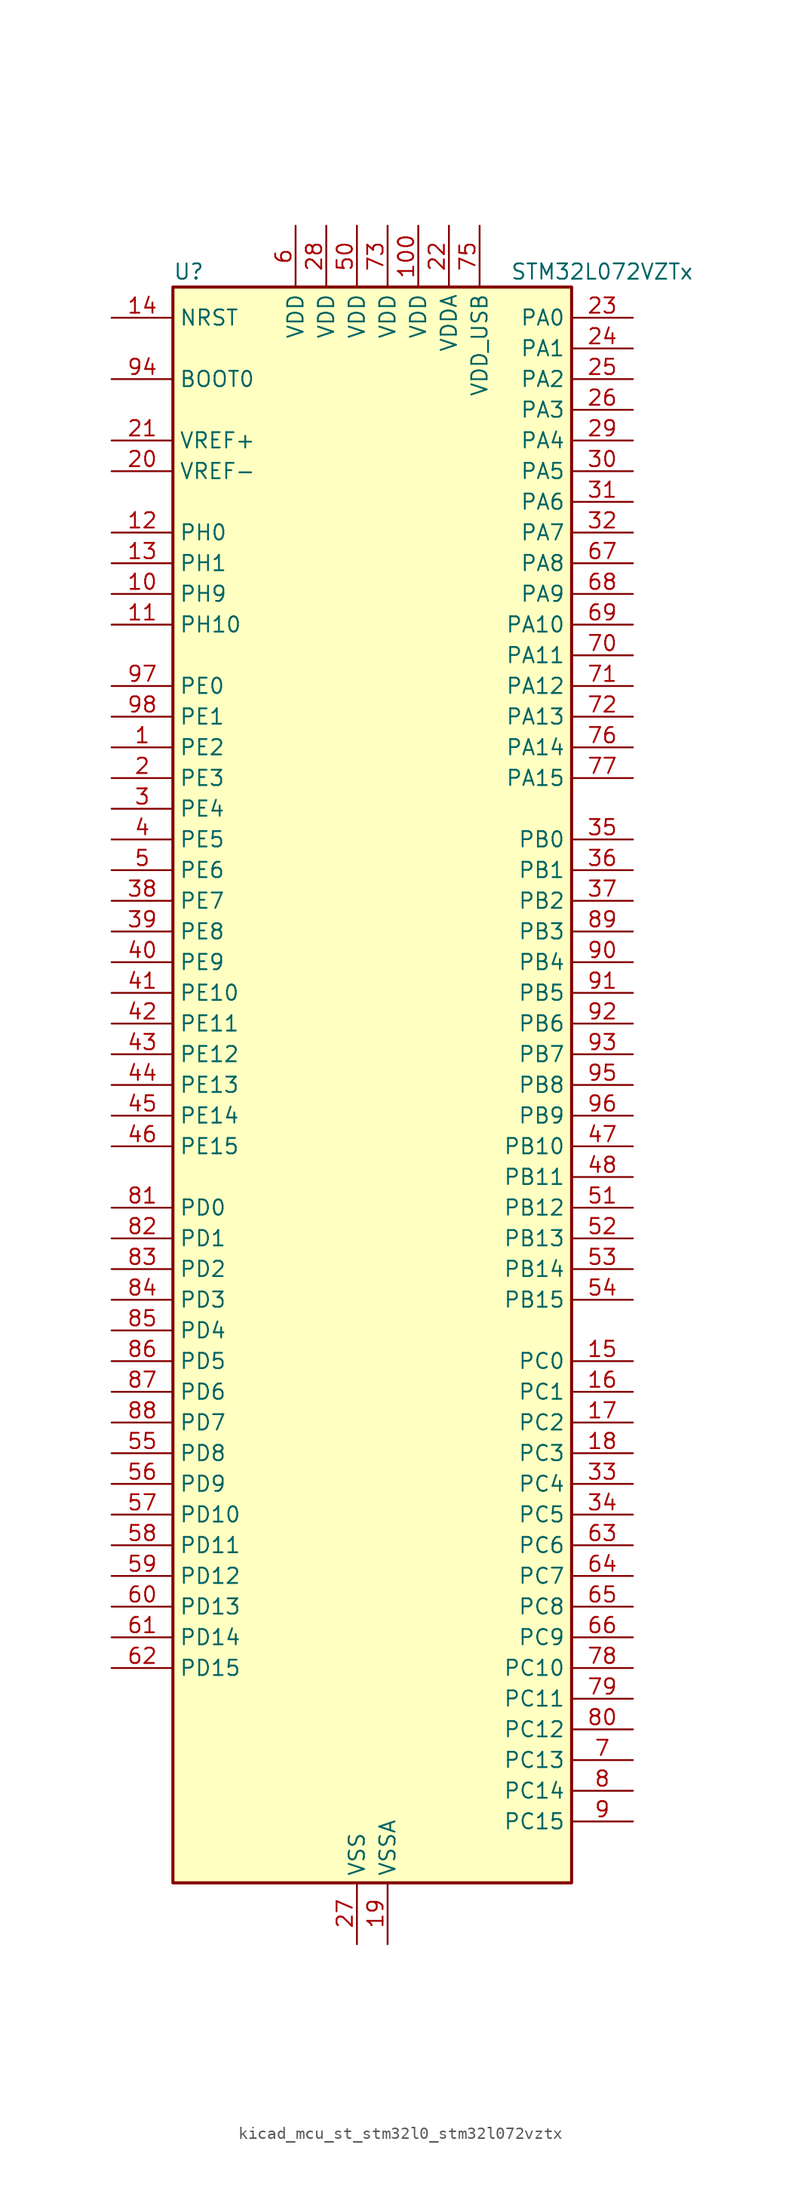
<source format=kicad_sym>
(kicad_symbol_lib
  (version 20220914)
  (generator kicad_symbol_editor)
  (symbol "kicad_mcu_st_stm32l0_stm32l072vztx"
    (property "Reference" "U"
      (at -15.24 67.31 0)
      (effects (font (size 1.27 1.27)) (justify left)))
    (property "Value" "STM32L072VZTx"
      (at 12.7 67.31 0)
      (effects (font (size 1.27 1.27)) (justify left)))
    (property "ki_locked" ""
      (at 0 0 0)
      (effects (font (size 1.27 1.27))))
    (symbol "kicad_mcu_st_stm32l0_stm32l072vztx_0_1"
      (rectangle (start -15.24 -66.04) (end 17.78 66.04) (stroke (width 0.254) (type default)) (fill (type background))))
    (symbol "kicad_mcu_st_stm32l0_stm32l072vztx_1_1"
      (pin bidirectional line (at -20.32 27.94 0) (length 5.08) (name "PE2" (effects (font (size 1.27 1.27)))) (number "1" (effects (font (size 1.27 1.27)))) (alternate "TIM3_ETR" bidirectional line))
      (pin bidirectional line (at -20.32 40.64 0) (length 5.08) (name "PH9" (effects (font (size 1.27 1.27)))) (number "10" (effects (font (size 1.27 1.27)))) (alternate "DAC_EXTI9" bidirectional line))
      (pin power_in line (at 5.08 71.12 270) (length 5.08) (name "VDD" (effects (font (size 1.27 1.27)))) (number "100" (effects (font (size 1.27 1.27)))))
      (pin bidirectional line (at -20.32 38.1 0) (length 5.08) (name "PH10" (effects (font (size 1.27 1.27)))) (number "11" (effects (font (size 1.27 1.27)))))
      (pin bidirectional line (at -20.32 45.72 0) (length 5.08) (name "PH0" (effects (font (size 1.27 1.27)))) (number "12" (effects (font (size 1.27 1.27)))) (alternate "CRS_SYNC" bidirectional line) (alternate "RCC_OSC_IN" bidirectional line))
      (pin bidirectional line (at -20.32 43.18 0) (length 5.08) (name "PH1" (effects (font (size 1.27 1.27)))) (number "13" (effects (font (size 1.27 1.27)))) (alternate "RCC_OSC_OUT" bidirectional line))
      (pin input line (at -20.32 63.5 0) (length 5.08) (name "NRST" (effects (font (size 1.27 1.27)))) (number "14" (effects (font (size 1.27 1.27)))))
      (pin bidirectional line (at 22.86 -22.86 180) (length 5.08) (name "PC0" (effects (font (size 1.27 1.27)))) (number "15" (effects (font (size 1.27 1.27)))) (alternate "ADC_IN10" bidirectional line) (alternate "I2C3_SCL" bidirectional line) (alternate "LPTIM1_IN1" bidirectional line) (alternate "LPUART1_RX" bidirectional line) (alternate "TSC_G7_IO1" bidirectional line))
      (pin bidirectional line (at 22.86 -25.4 180) (length 5.08) (name "PC1" (effects (font (size 1.27 1.27)))) (number "16" (effects (font (size 1.27 1.27)))) (alternate "ADC_IN11" bidirectional line) (alternate "I2C3_SDA" bidirectional line) (alternate "LPTIM1_OUT" bidirectional line) (alternate "LPUART1_TX" bidirectional line) (alternate "TSC_G7_IO2" bidirectional line))
      (pin bidirectional line (at 22.86 -27.94 180) (length 5.08) (name "PC2" (effects (font (size 1.27 1.27)))) (number "17" (effects (font (size 1.27 1.27)))) (alternate "ADC_IN12" bidirectional line) (alternate "I2S2_MCK" bidirectional line) (alternate "LPTIM1_IN2" bidirectional line) (alternate "SPI2_MISO" bidirectional line) (alternate "TSC_G7_IO3" bidirectional line))
      (pin bidirectional line (at 22.86 -30.48 180) (length 5.08) (name "PC3" (effects (font (size 1.27 1.27)))) (number "18" (effects (font (size 1.27 1.27)))) (alternate "ADC_IN13" bidirectional line) (alternate "I2S2_SD" bidirectional line) (alternate "LPTIM1_ETR" bidirectional line) (alternate "SPI2_MOSI" bidirectional line) (alternate "TSC_G7_IO4" bidirectional line))
      (pin power_in line (at 2.54 -71.12 90) (length 5.08) (name "VSSA" (effects (font (size 1.27 1.27)))) (number "19" (effects (font (size 1.27 1.27)))))
      (pin bidirectional line (at -20.32 25.4 0) (length 5.08) (name "PE3" (effects (font (size 1.27 1.27)))) (number "2" (effects (font (size 1.27 1.27)))) (alternate "TIM22_CH1" bidirectional line) (alternate "TIM3_CH1" bidirectional line))
      (pin input line (at -20.32 50.8 0) (length 5.08) (name "VREF-" (effects (font (size 1.27 1.27)))) (number "20" (effects (font (size 1.27 1.27)))))
      (pin input line (at -20.32 53.34 0) (length 5.08) (name "VREF+" (effects (font (size 1.27 1.27)))) (number "21" (effects (font (size 1.27 1.27)))))
      (pin power_in line (at 7.62 71.12 270) (length 5.08) (name "VDDA" (effects (font (size 1.27 1.27)))) (number "22" (effects (font (size 1.27 1.27)))))
      (pin bidirectional line (at 22.86 63.5 180) (length 5.08) (name "PA0" (effects (font (size 1.27 1.27)))) (number "23" (effects (font (size 1.27 1.27)))) (alternate "ADC_IN0" bidirectional line) (alternate "COMP1_INM" bidirectional line) (alternate "COMP1_OUT" bidirectional line) (alternate "RTC_TAMP2" bidirectional line) (alternate "SYS_WKUP1" bidirectional line) (alternate "TIM2_CH1" bidirectional line) (alternate "TIM2_ETR" bidirectional line) (alternate "TSC_G1_IO1" bidirectional line) (alternate "USART2_CTS" bidirectional line) (alternate "USART4_TX" bidirectional line))
      (pin bidirectional line (at 22.86 60.96 180) (length 5.08) (name "PA1" (effects (font (size 1.27 1.27)))) (number "24" (effects (font (size 1.27 1.27)))) (alternate "ADC_IN1" bidirectional line) (alternate "COMP1_INP" bidirectional line) (alternate "TIM21_ETR" bidirectional line) (alternate "TIM2_CH2" bidirectional line) (alternate "TSC_G1_IO2" bidirectional line) (alternate "USART2_DE" bidirectional line) (alternate "USART2_RTS" bidirectional line) (alternate "USART4_RX" bidirectional line))
      (pin bidirectional line (at 22.86 58.42 180) (length 5.08) (name "PA2" (effects (font (size 1.27 1.27)))) (number "25" (effects (font (size 1.27 1.27)))) (alternate "ADC_IN2" bidirectional line) (alternate "COMP2_INM" bidirectional line) (alternate "COMP2_OUT" bidirectional line) (alternate "LPUART1_TX" bidirectional line) (alternate "TIM21_CH1" bidirectional line) (alternate "TIM2_CH3" bidirectional line) (alternate "TSC_G1_IO3" bidirectional line) (alternate "USART2_TX" bidirectional line))
      (pin bidirectional line (at 22.86 55.88 180) (length 5.08) (name "PA3" (effects (font (size 1.27 1.27)))) (number "26" (effects (font (size 1.27 1.27)))) (alternate "ADC_IN3" bidirectional line) (alternate "COMP2_INP" bidirectional line) (alternate "LPUART1_RX" bidirectional line) (alternate "TIM21_CH2" bidirectional line) (alternate "TIM2_CH4" bidirectional line) (alternate "TSC_G1_IO4" bidirectional line) (alternate "USART2_RX" bidirectional line))
      (pin power_in line (at 0 -71.12 90) (length 5.08) (name "VSS" (effects (font (size 1.27 1.27)))) (number "27" (effects (font (size 1.27 1.27)))))
      (pin power_in line (at -2.54 71.12 270) (length 5.08) (name "VDD" (effects (font (size 1.27 1.27)))) (number "28" (effects (font (size 1.27 1.27)))))
      (pin bidirectional line (at 22.86 53.34 180) (length 5.08) (name "PA4" (effects (font (size 1.27 1.27)))) (number "29" (effects (font (size 1.27 1.27)))) (alternate "ADC_IN4" bidirectional line) (alternate "COMP1_INM" bidirectional line) (alternate "COMP2_INM" bidirectional line) (alternate "DAC_OUT1" bidirectional line) (alternate "SPI1_NSS" bidirectional line) (alternate "TIM22_ETR" bidirectional line) (alternate "TSC_G2_IO1" bidirectional line) (alternate "USART2_CK" bidirectional line))
      (pin bidirectional line (at -20.32 22.86 0) (length 5.08) (name "PE4" (effects (font (size 1.27 1.27)))) (number "3" (effects (font (size 1.27 1.27)))) (alternate "TIM22_CH2" bidirectional line) (alternate "TIM3_CH2" bidirectional line))
      (pin bidirectional line (at 22.86 50.8 180) (length 5.08) (name "PA5" (effects (font (size 1.27 1.27)))) (number "30" (effects (font (size 1.27 1.27)))) (alternate "ADC_IN5" bidirectional line) (alternate "COMP1_INM" bidirectional line) (alternate "COMP2_INM" bidirectional line) (alternate "DAC_OUT2" bidirectional line) (alternate "SPI1_SCK" bidirectional line) (alternate "TIM2_CH1" bidirectional line) (alternate "TIM2_ETR" bidirectional line) (alternate "TSC_G2_IO2" bidirectional line))
      (pin bidirectional line (at 22.86 48.26 180) (length 5.08) (name "PA6" (effects (font (size 1.27 1.27)))) (number "31" (effects (font (size 1.27 1.27)))) (alternate "ADC_IN6" bidirectional line) (alternate "COMP1_OUT" bidirectional line) (alternate "LPUART1_CTS" bidirectional line) (alternate "SPI1_MISO" bidirectional line) (alternate "TIM22_CH1" bidirectional line) (alternate "TIM3_CH1" bidirectional line) (alternate "TSC_G2_IO3" bidirectional line))
      (pin bidirectional line (at 22.86 45.72 180) (length 5.08) (name "PA7" (effects (font (size 1.27 1.27)))) (number "32" (effects (font (size 1.27 1.27)))) (alternate "ADC_IN7" bidirectional line) (alternate "COMP2_OUT" bidirectional line) (alternate "SPI1_MOSI" bidirectional line) (alternate "TIM22_CH2" bidirectional line) (alternate "TIM3_CH2" bidirectional line) (alternate "TSC_G2_IO4" bidirectional line))
      (pin bidirectional line (at 22.86 -33.02 180) (length 5.08) (name "PC4" (effects (font (size 1.27 1.27)))) (number "33" (effects (font (size 1.27 1.27)))) (alternate "ADC_IN14" bidirectional line) (alternate "LPUART1_TX" bidirectional line))
      (pin bidirectional line (at 22.86 -35.56 180) (length 5.08) (name "PC5" (effects (font (size 1.27 1.27)))) (number "34" (effects (font (size 1.27 1.27)))) (alternate "ADC_IN15" bidirectional line) (alternate "LPUART1_RX" bidirectional line) (alternate "TSC_G3_IO1" bidirectional line))
      (pin bidirectional line (at 22.86 20.32 180) (length 5.08) (name "PB0" (effects (font (size 1.27 1.27)))) (number "35" (effects (font (size 1.27 1.27)))) (alternate "ADC_IN8" bidirectional line) (alternate "SYS_VREF_OUT_PB0" bidirectional line) (alternate "TIM3_CH3" bidirectional line) (alternate "TSC_G3_IO2" bidirectional line))
      (pin bidirectional line (at 22.86 17.78 180) (length 5.08) (name "PB1" (effects (font (size 1.27 1.27)))) (number "36" (effects (font (size 1.27 1.27)))) (alternate "ADC_IN9" bidirectional line) (alternate "LPUART1_DE" bidirectional line) (alternate "LPUART1_RTS" bidirectional line) (alternate "SYS_VREF_OUT_PB1" bidirectional line) (alternate "TIM3_CH4" bidirectional line) (alternate "TSC_G3_IO3" bidirectional line))
      (pin bidirectional line (at 22.86 15.24 180) (length 5.08) (name "PB2" (effects (font (size 1.27 1.27)))) (number "37" (effects (font (size 1.27 1.27)))) (alternate "I2C3_SMBA" bidirectional line) (alternate "LPTIM1_OUT" bidirectional line) (alternate "TSC_G3_IO4" bidirectional line))
      (pin bidirectional line (at -20.32 15.24 0) (length 5.08) (name "PE7" (effects (font (size 1.27 1.27)))) (number "38" (effects (font (size 1.27 1.27)))) (alternate "USART5_CK" bidirectional line) (alternate "USART5_DE" bidirectional line) (alternate "USART5_RTS" bidirectional line))
      (pin bidirectional line (at -20.32 12.7 0) (length 5.08) (name "PE8" (effects (font (size 1.27 1.27)))) (number "39" (effects (font (size 1.27 1.27)))) (alternate "USART4_TX" bidirectional line))
      (pin bidirectional line (at -20.32 20.32 0) (length 5.08) (name "PE5" (effects (font (size 1.27 1.27)))) (number "4" (effects (font (size 1.27 1.27)))) (alternate "TIM21_CH1" bidirectional line) (alternate "TIM3_CH3" bidirectional line))
      (pin bidirectional line (at -20.32 10.16 0) (length 5.08) (name "PE9" (effects (font (size 1.27 1.27)))) (number "40" (effects (font (size 1.27 1.27)))) (alternate "DAC_EXTI9" bidirectional line) (alternate "TIM2_CH1" bidirectional line) (alternate "TIM2_ETR" bidirectional line) (alternate "USART4_RX" bidirectional line))
      (pin bidirectional line (at -20.32 7.62 0) (length 5.08) (name "PE10" (effects (font (size 1.27 1.27)))) (number "41" (effects (font (size 1.27 1.27)))) (alternate "TIM2_CH2" bidirectional line) (alternate "USART5_TX" bidirectional line))
      (pin bidirectional line (at -20.32 5.08 0) (length 5.08) (name "PE11" (effects (font (size 1.27 1.27)))) (number "42" (effects (font (size 1.27 1.27)))) (alternate "ADC_EXTI11" bidirectional line) (alternate "TIM2_CH3" bidirectional line) (alternate "USART5_RX" bidirectional line))
      (pin bidirectional line (at -20.32 2.54 0) (length 5.08) (name "PE12" (effects (font (size 1.27 1.27)))) (number "43" (effects (font (size 1.27 1.27)))) (alternate "SPI1_NSS" bidirectional line) (alternate "TIM2_CH4" bidirectional line))
      (pin bidirectional line (at -20.32 0 0) (length 5.08) (name "PE13" (effects (font (size 1.27 1.27)))) (number "44" (effects (font (size 1.27 1.27)))) (alternate "SPI1_SCK" bidirectional line))
      (pin bidirectional line (at -20.32 -2.54 0) (length 5.08) (name "PE14" (effects (font (size 1.27 1.27)))) (number "45" (effects (font (size 1.27 1.27)))) (alternate "SPI1_MISO" bidirectional line))
      (pin bidirectional line (at -20.32 -5.08 0) (length 5.08) (name "PE15" (effects (font (size 1.27 1.27)))) (number "46" (effects (font (size 1.27 1.27)))) (alternate "SPI1_MOSI" bidirectional line))
      (pin bidirectional line (at 22.86 -5.08 180) (length 5.08) (name "PB10" (effects (font (size 1.27 1.27)))) (number "47" (effects (font (size 1.27 1.27)))) (alternate "I2C2_SCL" bidirectional line) (alternate "LPUART1_RX" bidirectional line) (alternate "LPUART1_TX" bidirectional line) (alternate "SPI2_SCK" bidirectional line) (alternate "TIM2_CH3" bidirectional line) (alternate "TSC_SYNC" bidirectional line))
      (pin bidirectional line (at 22.86 -7.62 180) (length 5.08) (name "PB11" (effects (font (size 1.27 1.27)))) (number "48" (effects (font (size 1.27 1.27)))) (alternate "ADC_EXTI11" bidirectional line) (alternate "I2C2_SDA" bidirectional line) (alternate "LPUART1_RX" bidirectional line) (alternate "LPUART1_TX" bidirectional line) (alternate "TIM2_CH4" bidirectional line) (alternate "TSC_G6_IO1" bidirectional line))
      (pin passive line (at 0 -71.12 90) (length 5.08) hide (name "VSS" (effects (font (size 1.27 1.27)))) (number "49" (effects (font (size 1.27 1.27)))))
      (pin bidirectional line (at -20.32 17.78 0) (length 5.08) (name "PE6" (effects (font (size 1.27 1.27)))) (number "5" (effects (font (size 1.27 1.27)))) (alternate "RTC_TAMP3" bidirectional line) (alternate "SYS_WKUP3" bidirectional line) (alternate "TIM21_CH2" bidirectional line) (alternate "TIM3_CH4" bidirectional line))
      (pin power_in line (at 0 71.12 270) (length 5.08) (name "VDD" (effects (font (size 1.27 1.27)))) (number "50" (effects (font (size 1.27 1.27)))))
      (pin bidirectional line (at 22.86 -10.16 180) (length 5.08) (name "PB12" (effects (font (size 1.27 1.27)))) (number "51" (effects (font (size 1.27 1.27)))) (alternate "I2S2_WS" bidirectional line) (alternate "LPUART1_DE" bidirectional line) (alternate "LPUART1_RTS" bidirectional line) (alternate "SPI2_NSS" bidirectional line) (alternate "TSC_G6_IO2" bidirectional line))
      (pin bidirectional line (at 22.86 -12.7 180) (length 5.08) (name "PB13" (effects (font (size 1.27 1.27)))) (number "52" (effects (font (size 1.27 1.27)))) (alternate "I2C2_SCL" bidirectional line) (alternate "I2S2_CK" bidirectional line) (alternate "LPUART1_CTS" bidirectional line) (alternate "RCC_MCO" bidirectional line) (alternate "SPI2_SCK" bidirectional line) (alternate "TIM21_CH1" bidirectional line) (alternate "TSC_G6_IO3" bidirectional line))
      (pin bidirectional line (at 22.86 -15.24 180) (length 5.08) (name "PB14" (effects (font (size 1.27 1.27)))) (number "53" (effects (font (size 1.27 1.27)))) (alternate "I2C2_SDA" bidirectional line) (alternate "I2S2_MCK" bidirectional line) (alternate "LPUART1_DE" bidirectional line) (alternate "LPUART1_RTS" bidirectional line) (alternate "RTC_OUT_ALARM" bidirectional line) (alternate "RTC_OUT_CALIB" bidirectional line) (alternate "SPI2_MISO" bidirectional line) (alternate "TIM21_CH2" bidirectional line) (alternate "TSC_G6_IO4" bidirectional line))
      (pin bidirectional line (at 22.86 -17.78 180) (length 5.08) (name "PB15" (effects (font (size 1.27 1.27)))) (number "54" (effects (font (size 1.27 1.27)))) (alternate "I2S2_SD" bidirectional line) (alternate "RTC_REFIN" bidirectional line) (alternate "SPI2_MOSI" bidirectional line))
      (pin bidirectional line (at -20.32 -30.48 0) (length 5.08) (name "PD8" (effects (font (size 1.27 1.27)))) (number "55" (effects (font (size 1.27 1.27)))) (alternate "LPUART1_TX" bidirectional line))
      (pin bidirectional line (at -20.32 -33.02 0) (length 5.08) (name "PD9" (effects (font (size 1.27 1.27)))) (number "56" (effects (font (size 1.27 1.27)))) (alternate "DAC_EXTI9" bidirectional line) (alternate "LPUART1_RX" bidirectional line))
      (pin bidirectional line (at -20.32 -35.56 0) (length 5.08) (name "PD10" (effects (font (size 1.27 1.27)))) (number "57" (effects (font (size 1.27 1.27)))))
      (pin bidirectional line (at -20.32 -38.1 0) (length 5.08) (name "PD11" (effects (font (size 1.27 1.27)))) (number "58" (effects (font (size 1.27 1.27)))) (alternate "ADC_EXTI11" bidirectional line) (alternate "LPUART1_CTS" bidirectional line))
      (pin bidirectional line (at -20.32 -40.64 0) (length 5.08) (name "PD12" (effects (font (size 1.27 1.27)))) (number "59" (effects (font (size 1.27 1.27)))) (alternate "LPUART1_DE" bidirectional line) (alternate "LPUART1_RTS" bidirectional line))
      (pin power_in line (at -5.08 71.12 270) (length 5.08) (name "VDD" (effects (font (size 1.27 1.27)))) (number "6" (effects (font (size 1.27 1.27)))))
      (pin bidirectional line (at -20.32 -43.18 0) (length 5.08) (name "PD13" (effects (font (size 1.27 1.27)))) (number "60" (effects (font (size 1.27 1.27)))))
      (pin bidirectional line (at -20.32 -45.72 0) (length 5.08) (name "PD14" (effects (font (size 1.27 1.27)))) (number "61" (effects (font (size 1.27 1.27)))))
      (pin bidirectional line (at -20.32 -48.26 0) (length 5.08) (name "PD15" (effects (font (size 1.27 1.27)))) (number "62" (effects (font (size 1.27 1.27)))) (alternate "CRS_SYNC" bidirectional line))
      (pin bidirectional line (at 22.86 -38.1 180) (length 5.08) (name "PC6" (effects (font (size 1.27 1.27)))) (number "63" (effects (font (size 1.27 1.27)))) (alternate "TIM22_CH1" bidirectional line) (alternate "TIM3_CH1" bidirectional line) (alternate "TSC_G8_IO1" bidirectional line))
      (pin bidirectional line (at 22.86 -40.64 180) (length 5.08) (name "PC7" (effects (font (size 1.27 1.27)))) (number "64" (effects (font (size 1.27 1.27)))) (alternate "TIM22_CH2" bidirectional line) (alternate "TIM3_CH2" bidirectional line) (alternate "TSC_G8_IO2" bidirectional line))
      (pin bidirectional line (at 22.86 -43.18 180) (length 5.08) (name "PC8" (effects (font (size 1.27 1.27)))) (number "65" (effects (font (size 1.27 1.27)))) (alternate "TIM22_ETR" bidirectional line) (alternate "TIM3_CH3" bidirectional line) (alternate "TSC_G8_IO3" bidirectional line))
      (pin bidirectional line (at 22.86 -45.72 180) (length 5.08) (name "PC9" (effects (font (size 1.27 1.27)))) (number "66" (effects (font (size 1.27 1.27)))) (alternate "DAC_EXTI9" bidirectional line) (alternate "I2C3_SDA" bidirectional line) (alternate "TIM21_ETR" bidirectional line) (alternate "TIM3_CH4" bidirectional line) (alternate "TSC_G8_IO4" bidirectional line) (alternate "USB_NOE" bidirectional line))
      (pin bidirectional line (at 22.86 43.18 180) (length 5.08) (name "PA8" (effects (font (size 1.27 1.27)))) (number "67" (effects (font (size 1.27 1.27)))) (alternate "CRS_SYNC" bidirectional line) (alternate "I2C3_SCL" bidirectional line) (alternate "RCC_MCO" bidirectional line) (alternate "USART1_CK" bidirectional line))
      (pin bidirectional line (at 22.86 40.64 180) (length 5.08) (name "PA9" (effects (font (size 1.27 1.27)))) (number "68" (effects (font (size 1.27 1.27)))) (alternate "DAC_EXTI9" bidirectional line) (alternate "I2C1_SCL" bidirectional line) (alternate "I2C3_SMBA" bidirectional line) (alternate "RCC_MCO" bidirectional line) (alternate "TSC_G4_IO1" bidirectional line) (alternate "USART1_TX" bidirectional line))
      (pin bidirectional line (at 22.86 38.1 180) (length 5.08) (name "PA10" (effects (font (size 1.27 1.27)))) (number "69" (effects (font (size 1.27 1.27)))) (alternate "I2C1_SDA" bidirectional line) (alternate "TSC_G4_IO2" bidirectional line) (alternate "USART1_RX" bidirectional line))
      (pin bidirectional line (at 22.86 -55.88 180) (length 5.08) (name "PC13" (effects (font (size 1.27 1.27)))) (number "7" (effects (font (size 1.27 1.27)))) (alternate "RTC_OUT_ALARM" bidirectional line) (alternate "RTC_OUT_CALIB" bidirectional line) (alternate "RTC_TAMP1" bidirectional line) (alternate "RTC_TS" bidirectional line) (alternate "SYS_WKUP2" bidirectional line))
      (pin bidirectional line (at 22.86 35.56 180) (length 5.08) (name "PA11" (effects (font (size 1.27 1.27)))) (number "70" (effects (font (size 1.27 1.27)))) (alternate "ADC_EXTI11" bidirectional line) (alternate "COMP1_OUT" bidirectional line) (alternate "SPI1_MISO" bidirectional line) (alternate "TSC_G4_IO3" bidirectional line) (alternate "USART1_CTS" bidirectional line) (alternate "USB_DM" bidirectional line))
      (pin bidirectional line (at 22.86 33.02 180) (length 5.08) (name "PA12" (effects (font (size 1.27 1.27)))) (number "71" (effects (font (size 1.27 1.27)))) (alternate "COMP2_OUT" bidirectional line) (alternate "SPI1_MOSI" bidirectional line) (alternate "TSC_G4_IO4" bidirectional line) (alternate "USART1_DE" bidirectional line) (alternate "USART1_RTS" bidirectional line) (alternate "USB_DP" bidirectional line))
      (pin bidirectional line (at 22.86 30.48 180) (length 5.08) (name "PA13" (effects (font (size 1.27 1.27)))) (number "72" (effects (font (size 1.27 1.27)))) (alternate "LPUART1_RX" bidirectional line) (alternate "SYS_SWDIO" bidirectional line) (alternate "USB_NOE" bidirectional line))
      (pin power_in line (at 2.54 71.12 270) (length 5.08) (name "VDD" (effects (font (size 1.27 1.27)))) (number "73" (effects (font (size 1.27 1.27)))))
      (pin passive line (at 0 -71.12 90) (length 5.08) hide (name "VSS" (effects (font (size 1.27 1.27)))) (number "74" (effects (font (size 1.27 1.27)))))
      (pin power_in line (at 10.16 71.12 270) (length 5.08) (name "VDD_USB" (effects (font (size 1.27 1.27)))) (number "75" (effects (font (size 1.27 1.27)))))
      (pin bidirectional line (at 22.86 27.94 180) (length 5.08) (name "PA14" (effects (font (size 1.27 1.27)))) (number "76" (effects (font (size 1.27 1.27)))) (alternate "LPUART1_TX" bidirectional line) (alternate "SYS_SWCLK" bidirectional line) (alternate "USART2_TX" bidirectional line))
      (pin bidirectional line (at 22.86 25.4 180) (length 5.08) (name "PA15" (effects (font (size 1.27 1.27)))) (number "77" (effects (font (size 1.27 1.27)))) (alternate "SPI1_NSS" bidirectional line) (alternate "TIM2_CH1" bidirectional line) (alternate "TIM2_ETR" bidirectional line) (alternate "USART2_RX" bidirectional line) (alternate "USART4_DE" bidirectional line) (alternate "USART4_RTS" bidirectional line))
      (pin bidirectional line (at 22.86 -48.26 180) (length 5.08) (name "PC10" (effects (font (size 1.27 1.27)))) (number "78" (effects (font (size 1.27 1.27)))) (alternate "LPUART1_TX" bidirectional line) (alternate "USART4_TX" bidirectional line))
      (pin bidirectional line (at 22.86 -50.8 180) (length 5.08) (name "PC11" (effects (font (size 1.27 1.27)))) (number "79" (effects (font (size 1.27 1.27)))) (alternate "ADC_EXTI11" bidirectional line) (alternate "LPUART1_RX" bidirectional line) (alternate "USART4_RX" bidirectional line))
      (pin bidirectional line (at 22.86 -58.42 180) (length 5.08) (name "PC14" (effects (font (size 1.27 1.27)))) (number "8" (effects (font (size 1.27 1.27)))) (alternate "RCC_OSC32_IN" bidirectional line))
      (pin bidirectional line (at 22.86 -53.34 180) (length 5.08) (name "PC12" (effects (font (size 1.27 1.27)))) (number "80" (effects (font (size 1.27 1.27)))) (alternate "USART4_CK" bidirectional line) (alternate "USART5_TX" bidirectional line))
      (pin bidirectional line (at -20.32 -10.16 0) (length 5.08) (name "PD0" (effects (font (size 1.27 1.27)))) (number "81" (effects (font (size 1.27 1.27)))) (alternate "I2S2_WS" bidirectional line) (alternate "SPI2_NSS" bidirectional line) (alternate "TIM21_CH1" bidirectional line))
      (pin bidirectional line (at -20.32 -12.7 0) (length 5.08) (name "PD1" (effects (font (size 1.27 1.27)))) (number "82" (effects (font (size 1.27 1.27)))) (alternate "I2S2_CK" bidirectional line) (alternate "SPI2_SCK" bidirectional line))
      (pin bidirectional line (at -20.32 -15.24 0) (length 5.08) (name "PD2" (effects (font (size 1.27 1.27)))) (number "83" (effects (font (size 1.27 1.27)))) (alternate "LPUART1_DE" bidirectional line) (alternate "LPUART1_RTS" bidirectional line) (alternate "TIM3_ETR" bidirectional line) (alternate "USART5_RX" bidirectional line))
      (pin bidirectional line (at -20.32 -17.78 0) (length 5.08) (name "PD3" (effects (font (size 1.27 1.27)))) (number "84" (effects (font (size 1.27 1.27)))) (alternate "I2S2_MCK" bidirectional line) (alternate "SPI2_MISO" bidirectional line) (alternate "USART2_CTS" bidirectional line))
      (pin bidirectional line (at -20.32 -20.32 0) (length 5.08) (name "PD4" (effects (font (size 1.27 1.27)))) (number "85" (effects (font (size 1.27 1.27)))) (alternate "I2S2_SD" bidirectional line) (alternate "SPI2_MOSI" bidirectional line) (alternate "USART2_DE" bidirectional line) (alternate "USART2_RTS" bidirectional line))
      (pin bidirectional line (at -20.32 -22.86 0) (length 5.08) (name "PD5" (effects (font (size 1.27 1.27)))) (number "86" (effects (font (size 1.27 1.27)))) (alternate "USART2_TX" bidirectional line))
      (pin bidirectional line (at -20.32 -25.4 0) (length 5.08) (name "PD6" (effects (font (size 1.27 1.27)))) (number "87" (effects (font (size 1.27 1.27)))) (alternate "USART2_RX" bidirectional line))
      (pin bidirectional line (at -20.32 -27.94 0) (length 5.08) (name "PD7" (effects (font (size 1.27 1.27)))) (number "88" (effects (font (size 1.27 1.27)))) (alternate "TIM21_CH2" bidirectional line) (alternate "USART2_CK" bidirectional line))
      (pin bidirectional line (at 22.86 12.7 180) (length 5.08) (name "PB3" (effects (font (size 1.27 1.27)))) (number "89" (effects (font (size 1.27 1.27)))) (alternate "COMP2_INM" bidirectional line) (alternate "SPI1_SCK" bidirectional line) (alternate "TIM2_CH2" bidirectional line) (alternate "TSC_G5_IO1" bidirectional line) (alternate "USART1_DE" bidirectional line) (alternate "USART1_RTS" bidirectional line) (alternate "USART5_TX" bidirectional line))
      (pin bidirectional line (at 22.86 -60.96 180) (length 5.08) (name "PC15" (effects (font (size 1.27 1.27)))) (number "9" (effects (font (size 1.27 1.27)))) (alternate "RCC_OSC32_OUT" bidirectional line))
      (pin bidirectional line (at 22.86 10.16 180) (length 5.08) (name "PB4" (effects (font (size 1.27 1.27)))) (number "90" (effects (font (size 1.27 1.27)))) (alternate "COMP2_INP" bidirectional line) (alternate "I2C3_SDA" bidirectional line) (alternate "SPI1_MISO" bidirectional line) (alternate "TIM22_CH1" bidirectional line) (alternate "TIM3_CH1" bidirectional line) (alternate "TSC_G5_IO2" bidirectional line) (alternate "USART1_CTS" bidirectional line) (alternate "USART5_RX" bidirectional line))
      (pin bidirectional line (at 22.86 7.62 180) (length 5.08) (name "PB5" (effects (font (size 1.27 1.27)))) (number "91" (effects (font (size 1.27 1.27)))) (alternate "COMP2_INP" bidirectional line) (alternate "I2C1_SMBA" bidirectional line) (alternate "LPTIM1_IN1" bidirectional line) (alternate "SPI1_MOSI" bidirectional line) (alternate "TIM22_CH2" bidirectional line) (alternate "TIM3_CH2" bidirectional line) (alternate "USART1_CK" bidirectional line) (alternate "USART5_CK" bidirectional line) (alternate "USART5_DE" bidirectional line) (alternate "USART5_RTS" bidirectional line))
      (pin bidirectional line (at 22.86 5.08 180) (length 5.08) (name "PB6" (effects (font (size 1.27 1.27)))) (number "92" (effects (font (size 1.27 1.27)))) (alternate "COMP2_INP" bidirectional line) (alternate "I2C1_SCL" bidirectional line) (alternate "LPTIM1_ETR" bidirectional line) (alternate "TSC_G5_IO3" bidirectional line) (alternate "USART1_TX" bidirectional line))
      (pin bidirectional line (at 22.86 2.54 180) (length 5.08) (name "PB7" (effects (font (size 1.27 1.27)))) (number "93" (effects (font (size 1.27 1.27)))) (alternate "COMP2_INP" bidirectional line) (alternate "I2C1_SDA" bidirectional line) (alternate "LPTIM1_IN2" bidirectional line) (alternate "SYS_PVD_IN" bidirectional line) (alternate "TSC_G5_IO4" bidirectional line) (alternate "USART1_RX" bidirectional line) (alternate "USART4_CTS" bidirectional line))
      (pin input line (at -20.32 58.42 0) (length 5.08) (name "BOOT0" (effects (font (size 1.27 1.27)))) (number "94" (effects (font (size 1.27 1.27)))))
      (pin bidirectional line (at 22.86 0 180) (length 5.08) (name "PB8" (effects (font (size 1.27 1.27)))) (number "95" (effects (font (size 1.27 1.27)))) (alternate "I2C1_SCL" bidirectional line) (alternate "TSC_SYNC" bidirectional line))
      (pin bidirectional line (at 22.86 -2.54 180) (length 5.08) (name "PB9" (effects (font (size 1.27 1.27)))) (number "96" (effects (font (size 1.27 1.27)))) (alternate "DAC_EXTI9" bidirectional line) (alternate "I2C1_SDA" bidirectional line) (alternate "I2S2_WS" bidirectional line) (alternate "SPI2_NSS" bidirectional line))
      (pin bidirectional line (at -20.32 33.02 0) (length 5.08) (name "PE0" (effects (font (size 1.27 1.27)))) (number "97" (effects (font (size 1.27 1.27)))))
      (pin bidirectional line (at -20.32 30.48 0) (length 5.08) (name "PE1" (effects (font (size 1.27 1.27)))) (number "98" (effects (font (size 1.27 1.27)))))
      (pin passive line (at 0 -71.12 90) (length 5.08) hide (name "VSS" (effects (font (size 1.27 1.27)))) (number "99" (effects (font (size 1.27 1.27))))))))
</source>
